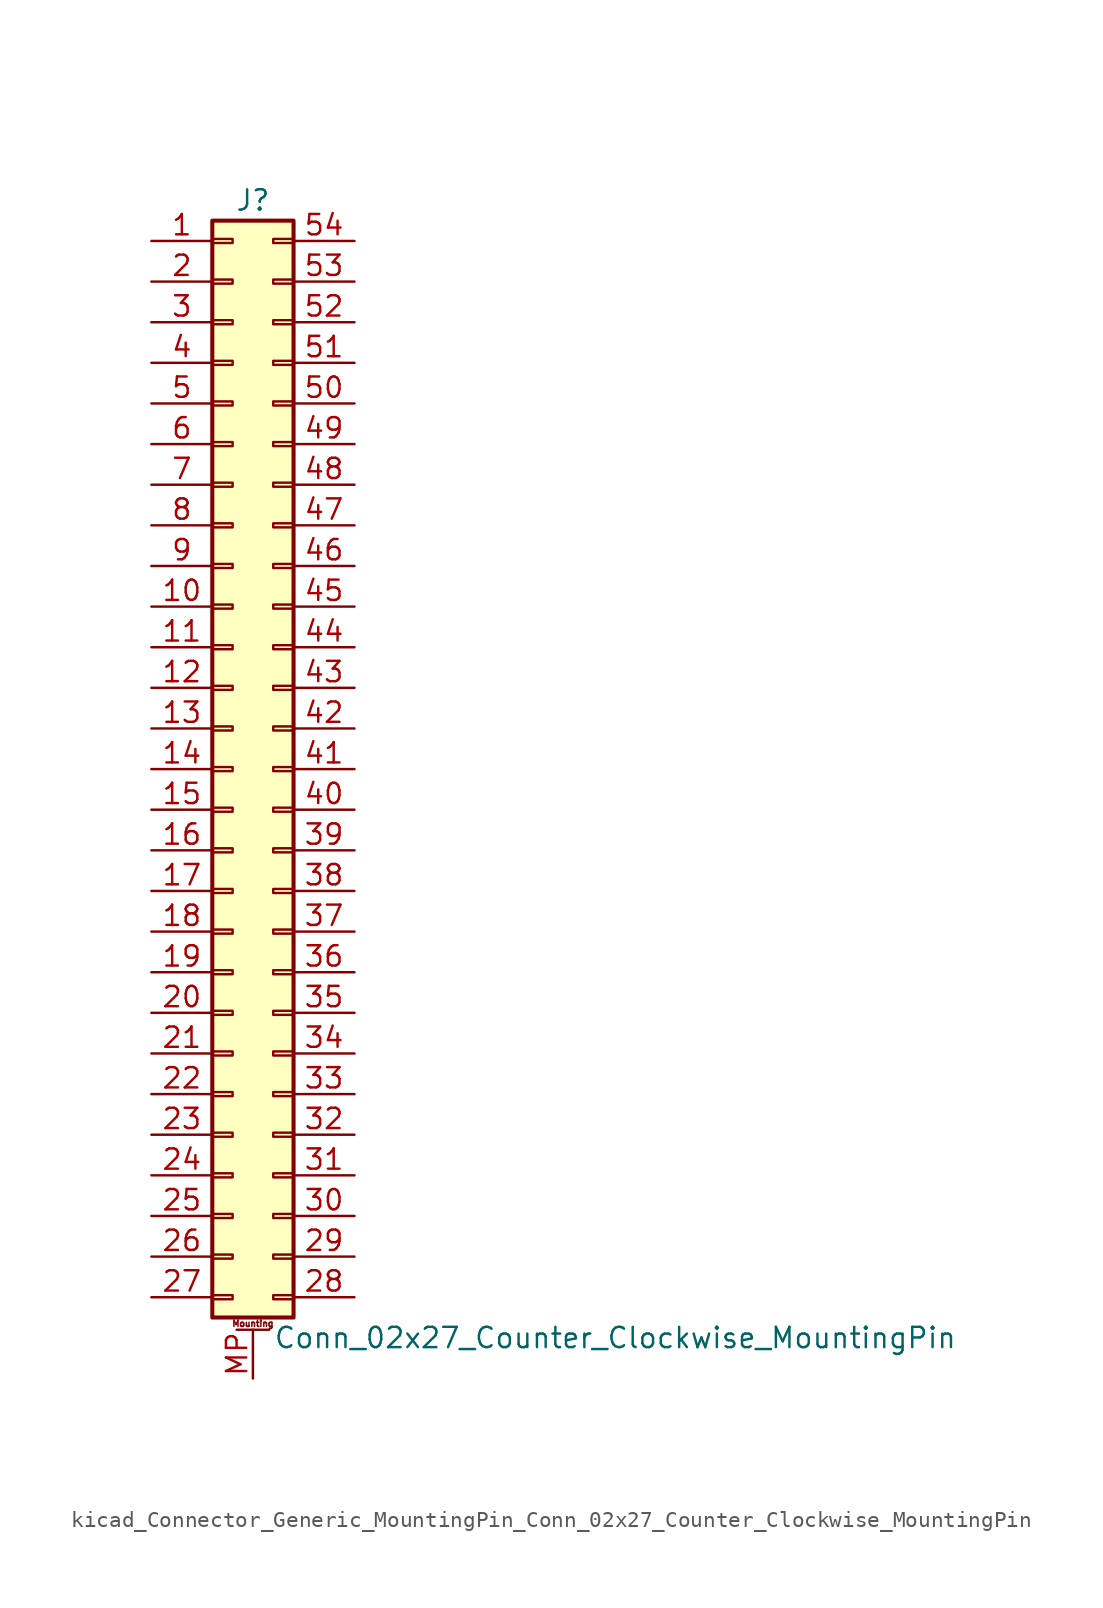
<source format=kicad_sym>
(kicad_symbol_lib
  (version 20220914)
  (generator kicad_symbol_editor)
  (symbol "kicad_Connector_Generic_MountingPin_Conn_02x27_Counter_Clockwise_MountingPin"
    (pin_names
      (offset 1.016) hide)
    (property "Reference" "J"
      (at 1.27 35.56 0)
      (effects (font (size 1.27 1.27))))
    (property "Value" "Conn_02x27_Counter_Clockwise_MountingPin"
      (at 2.54 -35.56 0)
      (effects (font (size 1.27 1.27)) (justify left)))
    (symbol "kicad_Connector_Generic_MountingPin_Conn_02x27_Counter_Clockwise_MountingPin_1_1"
      (rectangle (start -1.27 -32.893) (end 0 -33.147) (stroke (width 0.152) (type default)) (fill (type none)))
      (rectangle (start -1.27 -30.353) (end 0 -30.607) (stroke (width 0.152) (type default)) (fill (type none)))
      (rectangle (start -1.27 -27.813) (end 0 -28.067) (stroke (width 0.152) (type default)) (fill (type none)))
      (rectangle (start -1.27 -25.273) (end 0 -25.527) (stroke (width 0.152) (type default)) (fill (type none)))
      (rectangle (start -1.27 -22.733) (end 0 -22.987) (stroke (width 0.152) (type default)) (fill (type none)))
      (rectangle (start -1.27 -20.193) (end 0 -20.447) (stroke (width 0.152) (type default)) (fill (type none)))
      (rectangle (start -1.27 -17.653) (end 0 -17.907) (stroke (width 0.152) (type default)) (fill (type none)))
      (rectangle (start -1.27 -15.113) (end 0 -15.367) (stroke (width 0.152) (type default)) (fill (type none)))
      (rectangle (start -1.27 -12.573) (end 0 -12.827) (stroke (width 0.152) (type default)) (fill (type none)))
      (rectangle (start -1.27 -10.033) (end 0 -10.287) (stroke (width 0.152) (type default)) (fill (type none)))
      (rectangle (start -1.27 -7.493) (end 0 -7.747) (stroke (width 0.152) (type default)) (fill (type none)))
      (rectangle (start -1.27 -4.953) (end 0 -5.207) (stroke (width 0.152) (type default)) (fill (type none)))
      (rectangle (start -1.27 -2.413) (end 0 -2.667) (stroke (width 0.152) (type default)) (fill (type none)))
      (rectangle (start -1.27 0.127) (end 0 -0.127) (stroke (width 0.152) (type default)) (fill (type none)))
      (rectangle (start -1.27 2.667) (end 0 2.413) (stroke (width 0.152) (type default)) (fill (type none)))
      (rectangle (start -1.27 5.207) (end 0 4.953) (stroke (width 0.152) (type default)) (fill (type none)))
      (rectangle (start -1.27 7.747) (end 0 7.493) (stroke (width 0.152) (type default)) (fill (type none)))
      (rectangle (start -1.27 10.287) (end 0 10.033) (stroke (width 0.152) (type default)) (fill (type none)))
      (rectangle (start -1.27 12.827) (end 0 12.573) (stroke (width 0.152) (type default)) (fill (type none)))
      (rectangle (start -1.27 15.367) (end 0 15.113) (stroke (width 0.152) (type default)) (fill (type none)))
      (rectangle (start -1.27 17.907) (end 0 17.653) (stroke (width 0.152) (type default)) (fill (type none)))
      (rectangle (start -1.27 20.447) (end 0 20.193) (stroke (width 0.152) (type default)) (fill (type none)))
      (rectangle (start -1.27 22.987) (end 0 22.733) (stroke (width 0.152) (type default)) (fill (type none)))
      (rectangle (start -1.27 25.527) (end 0 25.273) (stroke (width 0.152) (type default)) (fill (type none)))
      (rectangle (start -1.27 28.067) (end 0 27.813) (stroke (width 0.152) (type default)) (fill (type none)))
      (rectangle (start -1.27 30.607) (end 0 30.353) (stroke (width 0.152) (type default)) (fill (type none)))
      (rectangle (start -1.27 33.147) (end 0 32.893) (stroke (width 0.152) (type default)) (fill (type none)))
      (rectangle (start -1.27 34.29) (end 3.81 -34.29) (stroke (width 0.254) (type default)) (fill (type background)))
      (polyline (pts (xy 0.254 -35.052) (xy 2.286 -35.052)) (stroke (width 0.152) (type default)) (fill (type none)))
      (rectangle (start 3.81 -32.893) (end 2.54 -33.147) (stroke (width 0.152) (type default)) (fill (type none)))
      (rectangle (start 3.81 -30.353) (end 2.54 -30.607) (stroke (width 0.152) (type default)) (fill (type none)))
      (rectangle (start 3.81 -27.813) (end 2.54 -28.067) (stroke (width 0.152) (type default)) (fill (type none)))
      (rectangle (start 3.81 -25.273) (end 2.54 -25.527) (stroke (width 0.152) (type default)) (fill (type none)))
      (rectangle (start 3.81 -22.733) (end 2.54 -22.987) (stroke (width 0.152) (type default)) (fill (type none)))
      (rectangle (start 3.81 -20.193) (end 2.54 -20.447) (stroke (width 0.152) (type default)) (fill (type none)))
      (rectangle (start 3.81 -17.653) (end 2.54 -17.907) (stroke (width 0.152) (type default)) (fill (type none)))
      (rectangle (start 3.81 -15.113) (end 2.54 -15.367) (stroke (width 0.152) (type default)) (fill (type none)))
      (rectangle (start 3.81 -12.573) (end 2.54 -12.827) (stroke (width 0.152) (type default)) (fill (type none)))
      (rectangle (start 3.81 -10.033) (end 2.54 -10.287) (stroke (width 0.152) (type default)) (fill (type none)))
      (rectangle (start 3.81 -7.493) (end 2.54 -7.747) (stroke (width 0.152) (type default)) (fill (type none)))
      (rectangle (start 3.81 -4.953) (end 2.54 -5.207) (stroke (width 0.152) (type default)) (fill (type none)))
      (rectangle (start 3.81 -2.413) (end 2.54 -2.667) (stroke (width 0.152) (type default)) (fill (type none)))
      (rectangle (start 3.81 0.127) (end 2.54 -0.127) (stroke (width 0.152) (type default)) (fill (type none)))
      (rectangle (start 3.81 2.667) (end 2.54 2.413) (stroke (width 0.152) (type default)) (fill (type none)))
      (rectangle (start 3.81 5.207) (end 2.54 4.953) (stroke (width 0.152) (type default)) (fill (type none)))
      (rectangle (start 3.81 7.747) (end 2.54 7.493) (stroke (width 0.152) (type default)) (fill (type none)))
      (rectangle (start 3.81 10.287) (end 2.54 10.033) (stroke (width 0.152) (type default)) (fill (type none)))
      (rectangle (start 3.81 12.827) (end 2.54 12.573) (stroke (width 0.152) (type default)) (fill (type none)))
      (rectangle (start 3.81 15.367) (end 2.54 15.113) (stroke (width 0.152) (type default)) (fill (type none)))
      (rectangle (start 3.81 17.907) (end 2.54 17.653) (stroke (width 0.152) (type default)) (fill (type none)))
      (rectangle (start 3.81 20.447) (end 2.54 20.193) (stroke (width 0.152) (type default)) (fill (type none)))
      (rectangle (start 3.81 22.987) (end 2.54 22.733) (stroke (width 0.152) (type default)) (fill (type none)))
      (rectangle (start 3.81 25.527) (end 2.54 25.273) (stroke (width 0.152) (type default)) (fill (type none)))
      (rectangle (start 3.81 28.067) (end 2.54 27.813) (stroke (width 0.152) (type default)) (fill (type none)))
      (rectangle (start 3.81 30.607) (end 2.54 30.353) (stroke (width 0.152) (type default)) (fill (type none)))
      (rectangle (start 3.81 33.147) (end 2.54 32.893) (stroke (width 0.152) (type default)) (fill (type none)))
      (text "Mounting" (at 1.27 -34.671 0) (effects (font (size 0.381 0.381))))
      (pin passive line (at -5.08 33.02 0) (length 3.81) (name "Pin_1" (effects (font (size 1.27 1.27)))) (number "1" (effects (font (size 1.27 1.27)))))
      (pin passive line (at -5.08 10.16 0) (length 3.81) (name "Pin_10" (effects (font (size 1.27 1.27)))) (number "10" (effects (font (size 1.27 1.27)))))
      (pin passive line (at -5.08 7.62 0) (length 3.81) (name "Pin_11" (effects (font (size 1.27 1.27)))) (number "11" (effects (font (size 1.27 1.27)))))
      (pin passive line (at -5.08 5.08 0) (length 3.81) (name "Pin_12" (effects (font (size 1.27 1.27)))) (number "12" (effects (font (size 1.27 1.27)))))
      (pin passive line (at -5.08 2.54 0) (length 3.81) (name "Pin_13" (effects (font (size 1.27 1.27)))) (number "13" (effects (font (size 1.27 1.27)))))
      (pin passive line (at -5.08 0 0) (length 3.81) (name "Pin_14" (effects (font (size 1.27 1.27)))) (number "14" (effects (font (size 1.27 1.27)))))
      (pin passive line (at -5.08 -2.54 0) (length 3.81) (name "Pin_15" (effects (font (size 1.27 1.27)))) (number "15" (effects (font (size 1.27 1.27)))))
      (pin passive line (at -5.08 -5.08 0) (length 3.81) (name "Pin_16" (effects (font (size 1.27 1.27)))) (number "16" (effects (font (size 1.27 1.27)))))
      (pin passive line (at -5.08 -7.62 0) (length 3.81) (name "Pin_17" (effects (font (size 1.27 1.27)))) (number "17" (effects (font (size 1.27 1.27)))))
      (pin passive line (at -5.08 -10.16 0) (length 3.81) (name "Pin_18" (effects (font (size 1.27 1.27)))) (number "18" (effects (font (size 1.27 1.27)))))
      (pin passive line (at -5.08 -12.7 0) (length 3.81) (name "Pin_19" (effects (font (size 1.27 1.27)))) (number "19" (effects (font (size 1.27 1.27)))))
      (pin passive line (at -5.08 30.48 0) (length 3.81) (name "Pin_2" (effects (font (size 1.27 1.27)))) (number "2" (effects (font (size 1.27 1.27)))))
      (pin passive line (at -5.08 -15.24 0) (length 3.81) (name "Pin_20" (effects (font (size 1.27 1.27)))) (number "20" (effects (font (size 1.27 1.27)))))
      (pin passive line (at -5.08 -17.78 0) (length 3.81) (name "Pin_21" (effects (font (size 1.27 1.27)))) (number "21" (effects (font (size 1.27 1.27)))))
      (pin passive line (at -5.08 -20.32 0) (length 3.81) (name "Pin_22" (effects (font (size 1.27 1.27)))) (number "22" (effects (font (size 1.27 1.27)))))
      (pin passive line (at -5.08 -22.86 0) (length 3.81) (name "Pin_23" (effects (font (size 1.27 1.27)))) (number "23" (effects (font (size 1.27 1.27)))))
      (pin passive line (at -5.08 -25.4 0) (length 3.81) (name "Pin_24" (effects (font (size 1.27 1.27)))) (number "24" (effects (font (size 1.27 1.27)))))
      (pin passive line (at -5.08 -27.94 0) (length 3.81) (name "Pin_25" (effects (font (size 1.27 1.27)))) (number "25" (effects (font (size 1.27 1.27)))))
      (pin passive line (at -5.08 -30.48 0) (length 3.81) (name "Pin_26" (effects (font (size 1.27 1.27)))) (number "26" (effects (font (size 1.27 1.27)))))
      (pin passive line (at -5.08 -33.02 0) (length 3.81) (name "Pin_27" (effects (font (size 1.27 1.27)))) (number "27" (effects (font (size 1.27 1.27)))))
      (pin passive line (at 7.62 -33.02 180) (length 3.81) (name "Pin_28" (effects (font (size 1.27 1.27)))) (number "28" (effects (font (size 1.27 1.27)))))
      (pin passive line (at 7.62 -30.48 180) (length 3.81) (name "Pin_29" (effects (font (size 1.27 1.27)))) (number "29" (effects (font (size 1.27 1.27)))))
      (pin passive line (at -5.08 27.94 0) (length 3.81) (name "Pin_3" (effects (font (size 1.27 1.27)))) (number "3" (effects (font (size 1.27 1.27)))))
      (pin passive line (at 7.62 -27.94 180) (length 3.81) (name "Pin_30" (effects (font (size 1.27 1.27)))) (number "30" (effects (font (size 1.27 1.27)))))
      (pin passive line (at 7.62 -25.4 180) (length 3.81) (name "Pin_31" (effects (font (size 1.27 1.27)))) (number "31" (effects (font (size 1.27 1.27)))))
      (pin passive line (at 7.62 -22.86 180) (length 3.81) (name "Pin_32" (effects (font (size 1.27 1.27)))) (number "32" (effects (font (size 1.27 1.27)))))
      (pin passive line (at 7.62 -20.32 180) (length 3.81) (name "Pin_33" (effects (font (size 1.27 1.27)))) (number "33" (effects (font (size 1.27 1.27)))))
      (pin passive line (at 7.62 -17.78 180) (length 3.81) (name "Pin_34" (effects (font (size 1.27 1.27)))) (number "34" (effects (font (size 1.27 1.27)))))
      (pin passive line (at 7.62 -15.24 180) (length 3.81) (name "Pin_35" (effects (font (size 1.27 1.27)))) (number "35" (effects (font (size 1.27 1.27)))))
      (pin passive line (at 7.62 -12.7 180) (length 3.81) (name "Pin_36" (effects (font (size 1.27 1.27)))) (number "36" (effects (font (size 1.27 1.27)))))
      (pin passive line (at 7.62 -10.16 180) (length 3.81) (name "Pin_37" (effects (font (size 1.27 1.27)))) (number "37" (effects (font (size 1.27 1.27)))))
      (pin passive line (at 7.62 -7.62 180) (length 3.81) (name "Pin_38" (effects (font (size 1.27 1.27)))) (number "38" (effects (font (size 1.27 1.27)))))
      (pin passive line (at 7.62 -5.08 180) (length 3.81) (name "Pin_39" (effects (font (size 1.27 1.27)))) (number "39" (effects (font (size 1.27 1.27)))))
      (pin passive line (at -5.08 25.4 0) (length 3.81) (name "Pin_4" (effects (font (size 1.27 1.27)))) (number "4" (effects (font (size 1.27 1.27)))))
      (pin passive line (at 7.62 -2.54 180) (length 3.81) (name "Pin_40" (effects (font (size 1.27 1.27)))) (number "40" (effects (font (size 1.27 1.27)))))
      (pin passive line (at 7.62 0 180) (length 3.81) (name "Pin_41" (effects (font (size 1.27 1.27)))) (number "41" (effects (font (size 1.27 1.27)))))
      (pin passive line (at 7.62 2.54 180) (length 3.81) (name "Pin_42" (effects (font (size 1.27 1.27)))) (number "42" (effects (font (size 1.27 1.27)))))
      (pin passive line (at 7.62 5.08 180) (length 3.81) (name "Pin_43" (effects (font (size 1.27 1.27)))) (number "43" (effects (font (size 1.27 1.27)))))
      (pin passive line (at 7.62 7.62 180) (length 3.81) (name "Pin_44" (effects (font (size 1.27 1.27)))) (number "44" (effects (font (size 1.27 1.27)))))
      (pin passive line (at 7.62 10.16 180) (length 3.81) (name "Pin_45" (effects (font (size 1.27 1.27)))) (number "45" (effects (font (size 1.27 1.27)))))
      (pin passive line (at 7.62 12.7 180) (length 3.81) (name "Pin_46" (effects (font (size 1.27 1.27)))) (number "46" (effects (font (size 1.27 1.27)))))
      (pin passive line (at 7.62 15.24 180) (length 3.81) (name "Pin_47" (effects (font (size 1.27 1.27)))) (number "47" (effects (font (size 1.27 1.27)))))
      (pin passive line (at 7.62 17.78 180) (length 3.81) (name "Pin_48" (effects (font (size 1.27 1.27)))) (number "48" (effects (font (size 1.27 1.27)))))
      (pin passive line (at 7.62 20.32 180) (length 3.81) (name "Pin_49" (effects (font (size 1.27 1.27)))) (number "49" (effects (font (size 1.27 1.27)))))
      (pin passive line (at -5.08 22.86 0) (length 3.81) (name "Pin_5" (effects (font (size 1.27 1.27)))) (number "5" (effects (font (size 1.27 1.27)))))
      (pin passive line (at 7.62 22.86 180) (length 3.81) (name "Pin_50" (effects (font (size 1.27 1.27)))) (number "50" (effects (font (size 1.27 1.27)))))
      (pin passive line (at 7.62 25.4 180) (length 3.81) (name "Pin_51" (effects (font (size 1.27 1.27)))) (number "51" (effects (font (size 1.27 1.27)))))
      (pin passive line (at 7.62 27.94 180) (length 3.81) (name "Pin_52" (effects (font (size 1.27 1.27)))) (number "52" (effects (font (size 1.27 1.27)))))
      (pin passive line (at 7.62 30.48 180) (length 3.81) (name "Pin_53" (effects (font (size 1.27 1.27)))) (number "53" (effects (font (size 1.27 1.27)))))
      (pin passive line (at 7.62 33.02 180) (length 3.81) (name "Pin_54" (effects (font (size 1.27 1.27)))) (number "54" (effects (font (size 1.27 1.27)))))
      (pin passive line (at -5.08 20.32 0) (length 3.81) (name "Pin_6" (effects (font (size 1.27 1.27)))) (number "6" (effects (font (size 1.27 1.27)))))
      (pin passive line (at -5.08 17.78 0) (length 3.81) (name "Pin_7" (effects (font (size 1.27 1.27)))) (number "7" (effects (font (size 1.27 1.27)))))
      (pin passive line (at -5.08 15.24 0) (length 3.81) (name "Pin_8" (effects (font (size 1.27 1.27)))) (number "8" (effects (font (size 1.27 1.27)))))
      (pin passive line (at -5.08 12.7 0) (length 3.81) (name "Pin_9" (effects (font (size 1.27 1.27)))) (number "9" (effects (font (size 1.27 1.27)))))
      (pin passive line (at 1.27 -38.1 90) (length 3.048) (name "MountPin" (effects (font (size 1.27 1.27)))) (number "MP" (effects (font (size 1.27 1.27))))))))
</source>
